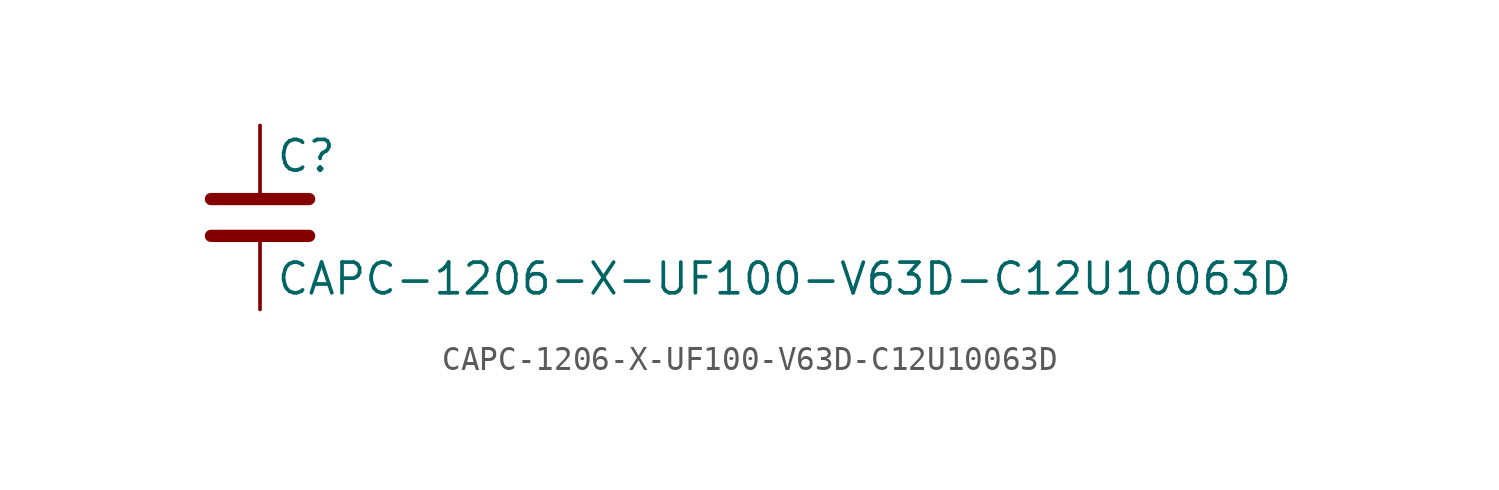
<source format=kicad_sym>
(kicad_symbol_lib
  (version 20211014)
  (generator kicad_symbol_editor)
  (symbol "CAPC-1206-X-UF100-V63D-C12U10063D"
    (pin_numbers hide)
    (pin_names
      (offset 0.254))
    (property "Reference" "C"
      (at 0.635 2.54 0)
      (effects (font (size 1.27 1.27)) (justify left)))
    (property "Value" "CAPC-1206-X-UF100-V63D-C12U10063D"
      (at 0.635 -2.54 0)
      (effects (font (size 1.27 1.27)) (justify left)))
    (symbol "CAPC-1206-X-UF100-V63D-C12U10063D_0_1"
      (polyline (pts (xy -2.032 -0.762) (xy 2.032 -0.762)) (stroke (width 0.508) (type default) (color 0 0 0 0)) (fill (type none)))
      (polyline (pts (xy -2.032 0.762) (xy 2.032 0.762)) (stroke (width 0.508) (type default) (color 0 0 0 0)) (fill (type none))))
    (symbol "CAPC-1206-X-UF100-V63D-C12U10063D_1_1"
      (pin passive line (at 0 3.81 270) (length 2.794) (name "~" (effects (font (size 1.27 1.27)))) (number "1" (effects (font (size 1.27 1.27)))))
      (pin passive line (at 0 -3.81 90) (length 2.794) (name "~" (effects (font (size 1.27 1.27)))) (number "2" (effects (font (size 1.27 1.27))))))))
</source>
